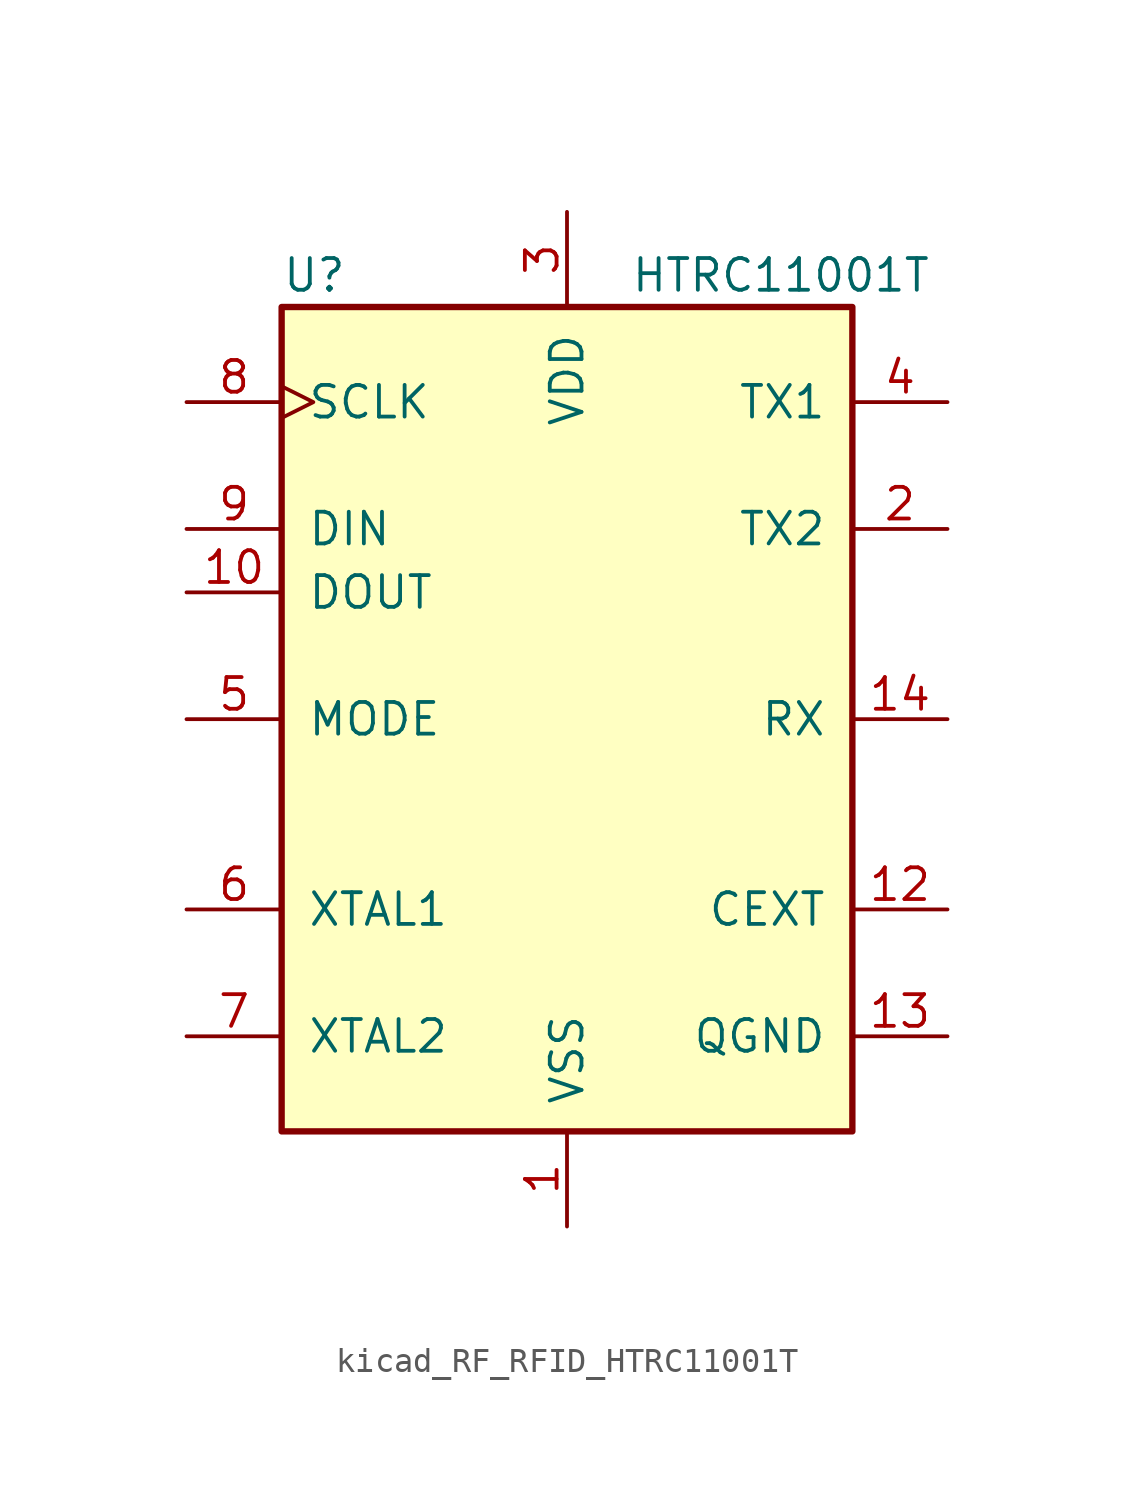
<source format=kicad_sym>
(kicad_symbol_lib
  (version 20220914)
  (generator kicad_symbol_editor)
  (symbol "kicad_RF_RFID_HTRC11001T"
    (pin_names
      (offset 1.016))
    (property "Reference" "U"
      (at -11.43 17.78 0)
      (effects (font (size 1.27 1.27)) (justify left)))
    (property "Value" "HTRC11001T"
      (at 2.54 17.78 0)
      (effects (font (size 1.27 1.27)) (justify left)))
    (symbol "kicad_RF_RFID_HTRC11001T_0_1"
      (rectangle (start -11.43 16.51) (end 11.43 -16.51) (stroke (width 0.254) (type default)) (fill (type background))))
    (symbol "kicad_RF_RFID_HTRC11001T_1_1"
      (pin power_in line (at 0 -20.32 90) (length 3.81) (name "VSS" (effects (font (size 1.27 1.27)))) (number "1" (effects (font (size 1.27 1.27)))))
      (pin output line (at -15.24 5.08 0) (length 3.81) (name "DOUT" (effects (font (size 1.27 1.27)))) (number "10" (effects (font (size 1.27 1.27)))))
      (pin passive line (at 15.24 -7.62 180) (length 3.81) (name "CEXT" (effects (font (size 1.27 1.27)))) (number "12" (effects (font (size 1.27 1.27)))))
      (pin passive line (at 15.24 -12.7 180) (length 3.81) (name "QGND" (effects (font (size 1.27 1.27)))) (number "13" (effects (font (size 1.27 1.27)))))
      (pin input line (at 15.24 0 180) (length 3.81) (name "RX" (effects (font (size 1.27 1.27)))) (number "14" (effects (font (size 1.27 1.27)))))
      (pin output line (at 15.24 7.62 180) (length 3.81) (name "TX2" (effects (font (size 1.27 1.27)))) (number "2" (effects (font (size 1.27 1.27)))))
      (pin power_in line (at 0 20.32 270) (length 3.81) (name "VDD" (effects (font (size 1.27 1.27)))) (number "3" (effects (font (size 1.27 1.27)))))
      (pin output line (at 15.24 12.7 180) (length 3.81) (name "TX1" (effects (font (size 1.27 1.27)))) (number "4" (effects (font (size 1.27 1.27)))))
      (pin input line (at -15.24 0 0) (length 3.81) (name "MODE" (effects (font (size 1.27 1.27)))) (number "5" (effects (font (size 1.27 1.27)))))
      (pin input line (at -15.24 -7.62 0) (length 3.81) (name "XTAL1" (effects (font (size 1.27 1.27)))) (number "6" (effects (font (size 1.27 1.27)))))
      (pin output line (at -15.24 -12.7 0) (length 3.81) (name "XTAL2" (effects (font (size 1.27 1.27)))) (number "7" (effects (font (size 1.27 1.27)))))
      (pin input clock (at -15.24 12.7 0) (length 3.81) (name "SCLK" (effects (font (size 1.27 1.27)))) (number "8" (effects (font (size 1.27 1.27)))))
      (pin input line (at -15.24 7.62 0) (length 3.81) (name "DIN" (effects (font (size 1.27 1.27)))) (number "9" (effects (font (size 1.27 1.27))))))))
</source>
